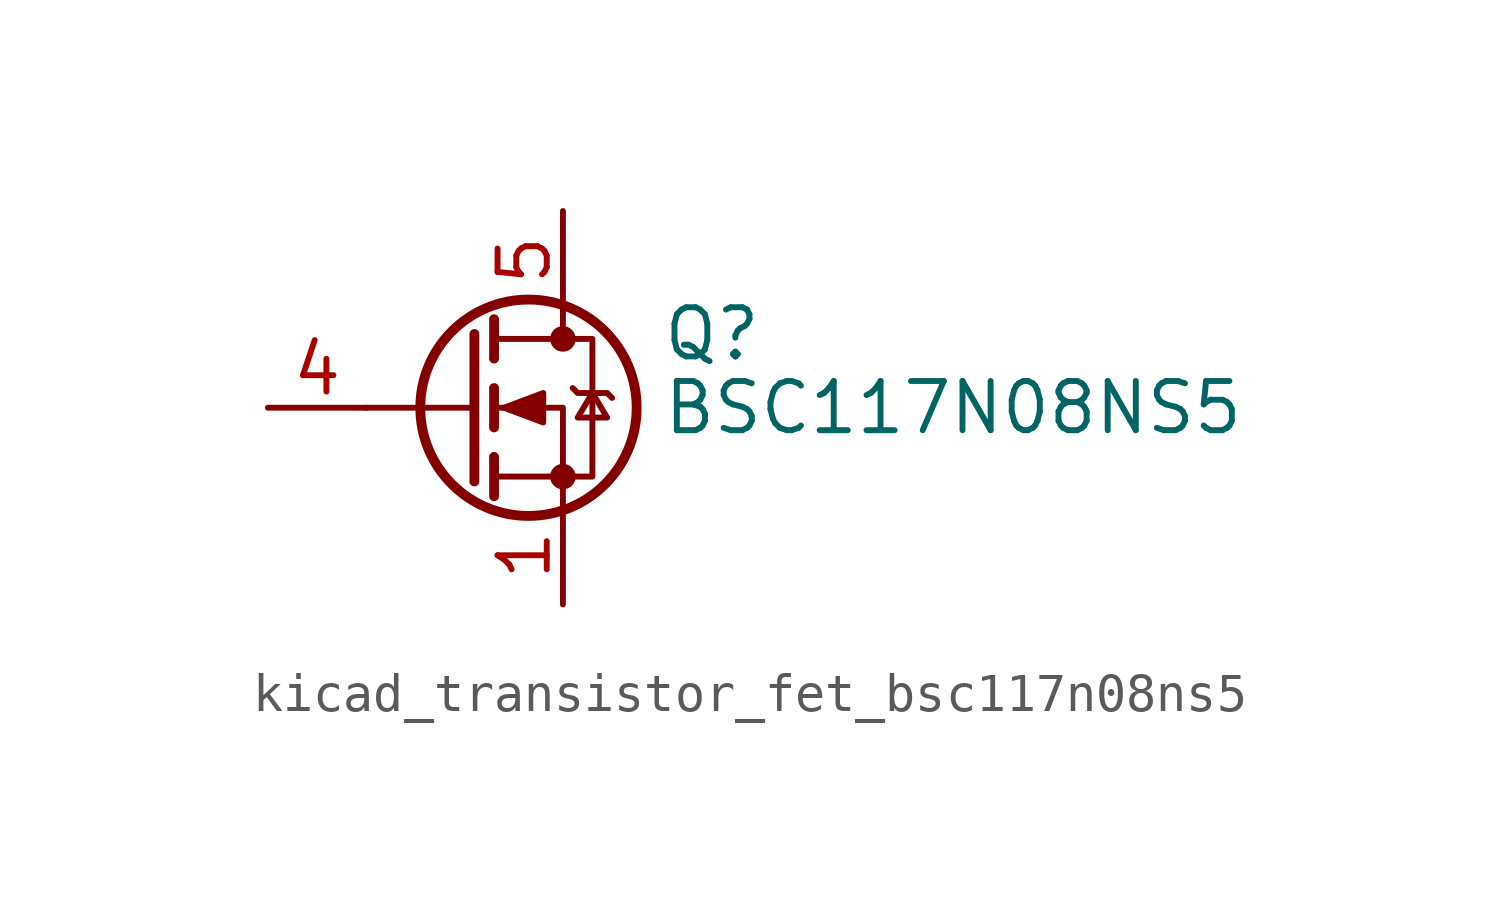
<source format=kicad_sym>
(kicad_symbol_lib
  (version 20220914)
  (generator kicad_symbol_editor)
  (symbol "kicad_transistor_fet_bsc117n08ns5"
    (pin_names hide)
    (property "Reference" "Q"
      (at 5.08 1.905 0)
      (effects (font (size 1.27 1.27)) (justify left)))
    (property "Value" "BSC117N08NS5"
      (at 5.08 0 0)
      (effects (font (size 1.27 1.27)) (justify left)))
    (symbol "kicad_transistor_fet_bsc117n08ns5_0_1"
      (polyline (pts (xy 0.254 0) (xy -2.54 0)) (stroke (width 0) (type default)) (fill (type none)))
      (polyline (pts (xy 0.254 1.905) (xy 0.254 -1.905)) (stroke (width 0.254) (type default)) (fill (type none)))
      (polyline (pts (xy 0.762 -1.27) (xy 0.762 -2.286)) (stroke (width 0.254) (type default)) (fill (type none)))
      (polyline (pts (xy 0.762 0.508) (xy 0.762 -0.508)) (stroke (width 0.254) (type default)) (fill (type none)))
      (polyline (pts (xy 0.762 2.286) (xy 0.762 1.27)) (stroke (width 0.254) (type default)) (fill (type none)))
      (polyline (pts (xy 2.54 2.54) (xy 2.54 1.778)) (stroke (width 0) (type default)) (fill (type none)))
      (polyline (pts (xy 2.54 -2.54) (xy 2.54 0) (xy 0.762 0)) (stroke (width 0) (type default)) (fill (type none)))
      (polyline (pts (xy 0.762 -1.778) (xy 3.302 -1.778) (xy 3.302 1.778) (xy 0.762 1.778)) (stroke (width 0) (type default)) (fill (type none)))
      (polyline (pts (xy 1.016 0) (xy 2.032 0.381) (xy 2.032 -0.381) (xy 1.016 0)) (stroke (width 0) (type default)) (fill (type outline)))
      (polyline (pts (xy 2.794 0.508) (xy 2.921 0.381) (xy 3.683 0.381) (xy 3.81 0.254)) (stroke (width 0) (type default)) (fill (type none)))
      (polyline (pts (xy 3.302 0.381) (xy 2.921 -0.254) (xy 3.683 -0.254) (xy 3.302 0.381)) (stroke (width 0) (type default)) (fill (type none)))
      (circle (center 1.651 0) (radius 2.794) (stroke (width 0.254) (type default)) (fill (type none)))
      (circle (center 2.54 -1.778) (radius 0.254) (stroke (width 0) (type default)) (fill (type outline)))
      (circle (center 2.54 1.778) (radius 0.254) (stroke (width 0) (type default)) (fill (type outline))))
    (symbol "kicad_transistor_fet_bsc117n08ns5_1_1"
      (pin passive line (at 2.54 -5.08 90) (length 2.54) (name "S" (effects (font (size 1.27 1.27)))) (number "1" (effects (font (size 1.27 1.27)))))
      (pin passive line (at 2.54 -5.08 90) (length 2.54) hide (name "S" (effects (font (size 1.27 1.27)))) (number "2" (effects (font (size 1.27 1.27)))))
      (pin passive line (at 2.54 -5.08 90) (length 2.54) hide (name "S" (effects (font (size 1.27 1.27)))) (number "3" (effects (font (size 1.27 1.27)))))
      (pin passive line (at -5.08 0 0) (length 2.54) (name "G" (effects (font (size 1.27 1.27)))) (number "4" (effects (font (size 1.27 1.27)))))
      (pin passive line (at 2.54 5.08 270) (length 2.54) (name "D" (effects (font (size 1.27 1.27)))) (number "5" (effects (font (size 1.27 1.27))))))))
</source>
